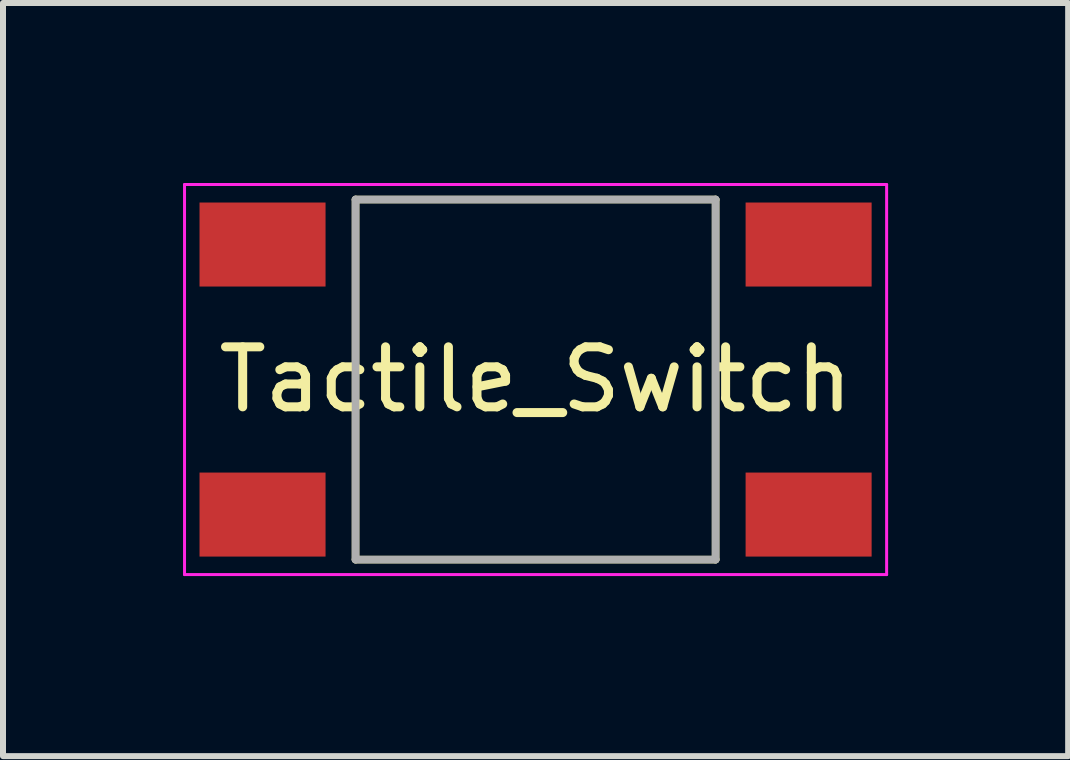
<source format=kicad_pcb>
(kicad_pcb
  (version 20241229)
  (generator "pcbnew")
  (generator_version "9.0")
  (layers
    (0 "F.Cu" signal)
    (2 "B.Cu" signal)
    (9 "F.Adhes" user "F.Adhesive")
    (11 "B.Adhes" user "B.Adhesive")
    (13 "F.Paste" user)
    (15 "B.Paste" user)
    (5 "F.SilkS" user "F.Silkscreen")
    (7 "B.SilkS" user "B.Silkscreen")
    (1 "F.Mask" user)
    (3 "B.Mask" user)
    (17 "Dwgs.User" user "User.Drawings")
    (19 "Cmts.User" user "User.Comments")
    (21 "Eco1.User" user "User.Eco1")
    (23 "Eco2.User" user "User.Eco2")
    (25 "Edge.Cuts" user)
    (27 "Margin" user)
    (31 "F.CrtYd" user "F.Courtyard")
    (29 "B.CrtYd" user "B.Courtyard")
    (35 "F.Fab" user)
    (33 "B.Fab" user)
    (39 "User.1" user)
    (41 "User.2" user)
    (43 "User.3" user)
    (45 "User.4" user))
  (footprint "Tactile_Switch"
    (layer "F.Cu")
    (at 5.875 3.275)
    (property "Reference" "Tactile_Switch" (at 0 0 0) (layer "F.SilkS") (effects (font (size 1 1) (thickness 0.15))))
    (attr smd)
    (fp_line (start -3 -3) (end -3 3) (stroke (width 0.127) (type solid)) (layer "F.SilkS"))
    (fp_line (start -3 3) (end 3 3) (stroke (width 0.127) (type solid)) (layer "F.SilkS"))
    (fp_line (start 3 -3) (end -3 -3) (stroke (width 0.127) (type solid)) (layer "F.SilkS"))
    (fp_line (start 3 3) (end 3 -3) (stroke (width 0.127) (type solid)) (layer "F.SilkS"))
    (fp_line (start -5.85 -3.25) (end -5.85 3.25) (stroke (width 0.05) (type solid)) (layer "F.CrtYd"))
    (fp_line (start -5.85 3.25) (end 5.85 3.25) (stroke (width 0.05) (type solid)) (layer "F.CrtYd"))
    (fp_line (start 5.85 -3.25) (end -5.85 -3.25) (stroke (width 0.05) (type solid)) (layer "F.CrtYd"))
    (fp_line (start 5.85 3.25) (end 5.85 -3.25) (stroke (width 0.05) (type solid)) (layer "F.CrtYd"))
    (fp_line (start -3 -3) (end -3 3) (stroke (width 0.127) (type solid)) (layer "F.Fab"))
    (fp_line (start -3 3) (end 3 3) (stroke (width 0.127) (type solid)) (layer "F.Fab"))
    (fp_line (start 3 -3) (end -3 -3) (stroke (width 0.127) (type solid)) (layer "F.Fab"))
    (fp_line (start 3 3) (end 3 -3) (stroke (width 0.127) (type solid)) (layer "F.Fab"))
    (pad "1" smd rect (at -4.55 -2.25) (size 2.1 1.4) (layers "F.Cu" "F.Mask" "F.Paste"))
    (pad "2" smd rect (at -4.55 2.25) (size 2.1 1.4) (layers "F.Cu" "F.Mask" "F.Paste"))
    (pad "3" smd rect (at 4.55 -2.25) (size 2.1 1.4) (layers "F.Cu" "F.Mask" "F.Paste"))
    (pad "4" smd rect (at 4.55 2.25) (size 2.1 1.4) (layers "F.Cu" "F.Mask" "F.Paste")))
  (gr_rect
    (start -3 -3)
    (end 14.75 9.55)
    (stroke (width 0.1) (type default))
    (fill no)
    (layer "Edge.Cuts")))
</source>
